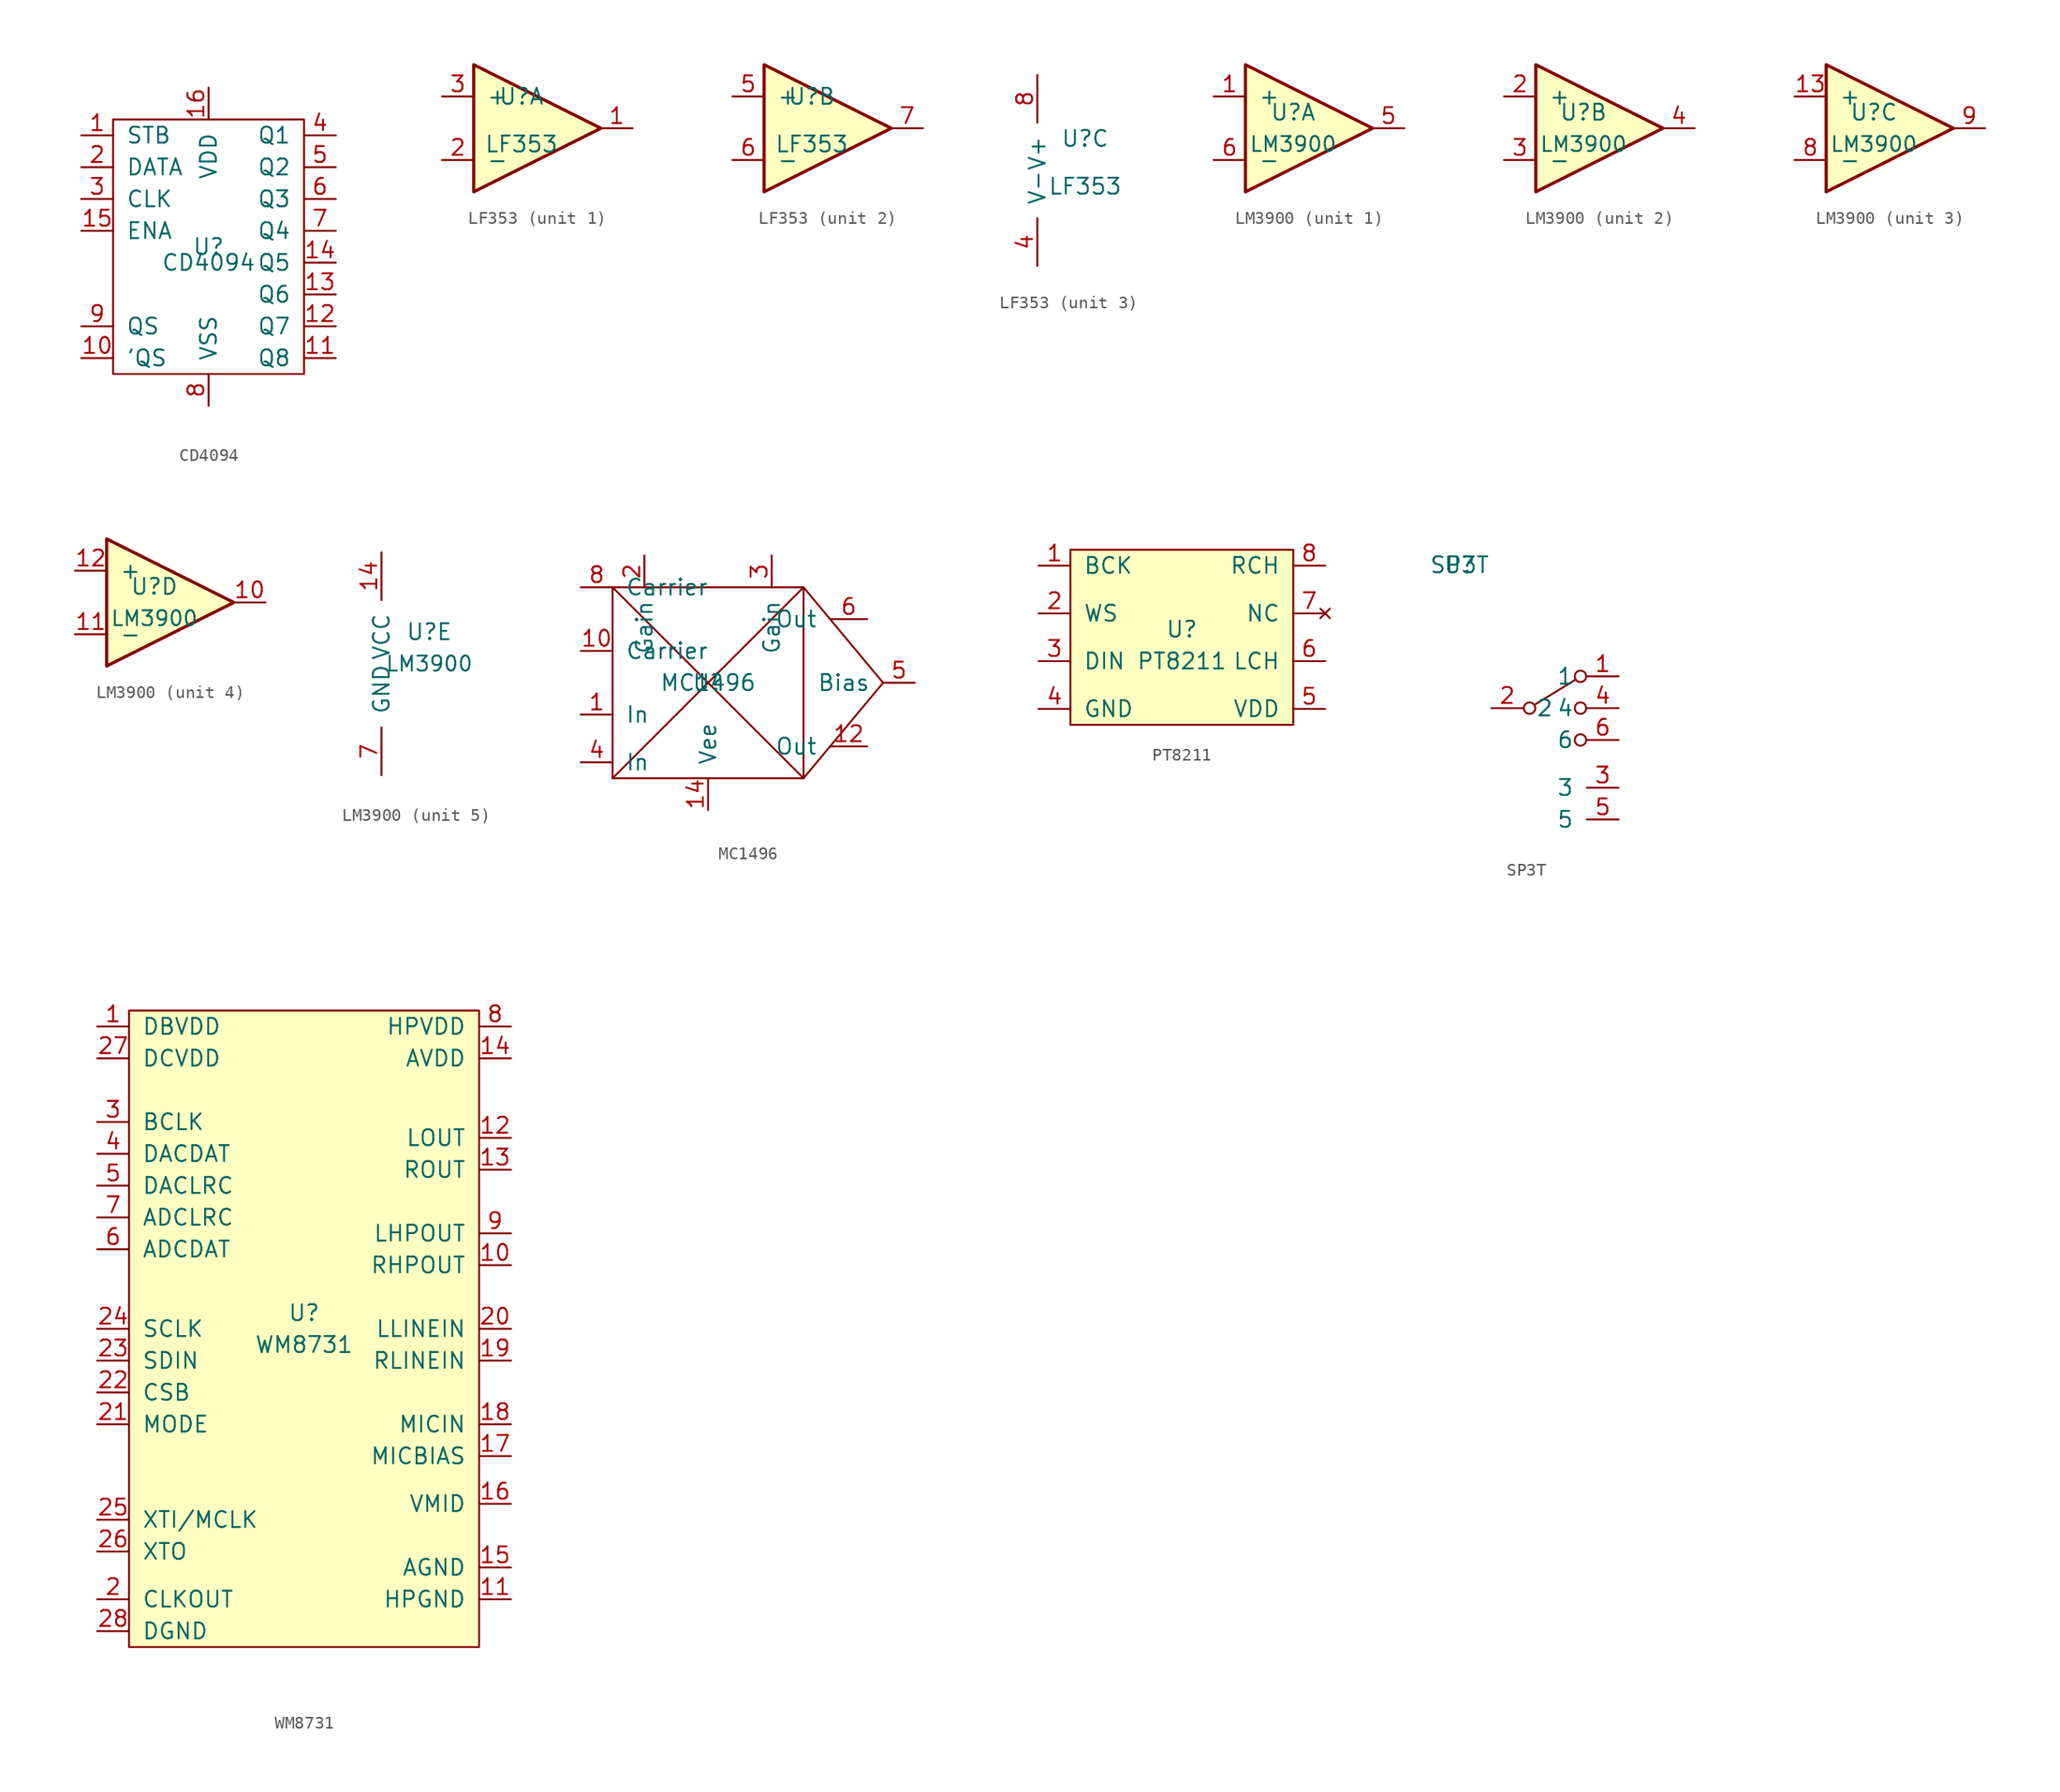
<source format=kicad_sym>
(kicad_symbol_lib
  (version 20220914)
  (generator kicad_symbol_editor)
  (symbol "CD4094"
    (pin_names
      (offset 1.016))
    (property "Reference" "U"
      (at 0 0 0)
      (effects (font (size 1.27 1.27))))
    (property "Value" "CD4094"
      (at 0 -1.27 0)
      (effects (font (size 1.27 1.27))))
    (symbol "CD4094_0_1"
      (rectangle (start -7.62 10.16) (end 7.62 -10.16) (stroke (width 0) (type solid)) (fill (type none))))
    (symbol "CD4094_1_1"
      (pin input line (at -10.16 8.89 0) (length 2.54) (name "STB" (effects (font (size 1.27 1.27)))) (number "1" (effects (font (size 1.27 1.27)))))
      (pin output line (at -10.16 -8.89 0) (length 2.54) (name "'QS" (effects (font (size 1.27 1.27)))) (number "10" (effects (font (size 1.27 1.27)))))
      (pin output line (at 10.16 -8.89 180) (length 2.54) (name "Q8" (effects (font (size 1.27 1.27)))) (number "11" (effects (font (size 1.27 1.27)))))
      (pin output line (at 10.16 -6.35 180) (length 2.54) (name "Q7" (effects (font (size 1.27 1.27)))) (number "12" (effects (font (size 1.27 1.27)))))
      (pin output line (at 10.16 -3.81 180) (length 2.54) (name "Q6" (effects (font (size 1.27 1.27)))) (number "13" (effects (font (size 1.27 1.27)))))
      (pin output line (at 10.16 -1.27 180) (length 2.54) (name "Q5" (effects (font (size 1.27 1.27)))) (number "14" (effects (font (size 1.27 1.27)))))
      (pin input line (at -10.16 1.27 0) (length 2.54) (name "ENA" (effects (font (size 1.27 1.27)))) (number "15" (effects (font (size 1.27 1.27)))))
      (pin power_in line (at 0 12.7 270) (length 2.54) (name "VDD" (effects (font (size 1.27 1.27)))) (number "16" (effects (font (size 1.27 1.27)))))
      (pin input line (at -10.16 6.35 0) (length 2.54) (name "DATA" (effects (font (size 1.27 1.27)))) (number "2" (effects (font (size 1.27 1.27)))))
      (pin input line (at -10.16 3.81 0) (length 2.54) (name "CLK" (effects (font (size 1.27 1.27)))) (number "3" (effects (font (size 1.27 1.27)))))
      (pin output line (at 10.16 8.89 180) (length 2.54) (name "Q1" (effects (font (size 1.27 1.27)))) (number "4" (effects (font (size 1.27 1.27)))))
      (pin output line (at 10.16 6.35 180) (length 2.54) (name "Q2" (effects (font (size 1.27 1.27)))) (number "5" (effects (font (size 1.27 1.27)))))
      (pin output line (at 10.16 3.81 180) (length 2.54) (name "Q3" (effects (font (size 1.27 1.27)))) (number "6" (effects (font (size 1.27 1.27)))))
      (pin output line (at 10.16 1.27 180) (length 2.54) (name "Q4" (effects (font (size 1.27 1.27)))) (number "7" (effects (font (size 1.27 1.27)))))
      (pin power_in line (at 0 -12.7 90) (length 2.54) (name "VSS" (effects (font (size 1.27 1.27)))) (number "8" (effects (font (size 1.27 1.27)))))
      (pin output line (at -10.16 -6.35 0) (length 2.54) (name "QS" (effects (font (size 1.27 1.27)))) (number "9" (effects (font (size 1.27 1.27)))))))
  (symbol "LF353"
    (pin_names
      (offset 1.016))
    (property "Reference" "U"
      (at 0 2.54 0)
      (effects (font (size 1.27 1.27))))
    (property "Value" "LF353"
      (at 0 -1.27 0)
      (effects (font (size 1.27 1.27))))
    (symbol "LF353_1_1"
      (polyline (pts (xy -3.81 5.08) (xy 6.35 0) (xy -3.81 -5.08) (xy -3.81 5.08)) (stroke (width 0.254) (type solid)) (fill (type background)))
      (pin output line (at 8.89 0 180) (length 2.54) (name "~" (effects (font (size 1.27 1.27)))) (number "1" (effects (font (size 1.27 1.27)))))
      (pin input line (at -6.35 -2.54 0) (length 2.54) (name "-" (effects (font (size 1.27 1.27)))) (number "2" (effects (font (size 1.27 1.27)))))
      (pin input line (at -6.35 2.54 0) (length 2.54) (name "+" (effects (font (size 1.27 1.27)))) (number "3" (effects (font (size 1.27 1.27))))))
    (symbol "LF353_2_1"
      (polyline (pts (xy -3.81 5.08) (xy 6.35 0) (xy -3.81 -5.08) (xy -3.81 5.08)) (stroke (width 0.254) (type solid)) (fill (type background)))
      (pin input line (at -6.35 2.54 0) (length 2.54) (name "+" (effects (font (size 1.27 1.27)))) (number "5" (effects (font (size 1.27 1.27)))))
      (pin input line (at -6.35 -2.54 0) (length 2.54) (name "-" (effects (font (size 1.27 1.27)))) (number "6" (effects (font (size 1.27 1.27)))))
      (pin output line (at 8.89 0 180) (length 2.54) (name "~" (effects (font (size 1.27 1.27)))) (number "7" (effects (font (size 1.27 1.27))))))
    (symbol "LF353_3_1"
      (pin power_in line (at -3.81 -7.62 90) (length 3.81) (name "V-" (effects (font (size 1.27 1.27)))) (number "4" (effects (font (size 1.27 1.27)))))
      (pin power_in line (at -3.81 7.62 270) (length 3.81) (name "V+" (effects (font (size 1.27 1.27)))) (number "8" (effects (font (size 1.27 1.27)))))))
  (symbol "LM3900"
    (pin_names
      (offset 1.016))
    (property "Reference" "U"
      (at 0 1.27 0)
      (effects (font (size 1.27 1.27))))
    (property "Value" "LM3900"
      (at 0 -1.27 0)
      (effects (font (size 1.194 1.194))))
    (symbol "LM3900_1_1"
      (polyline (pts (xy -3.81 5.08) (xy 6.35 0) (xy -3.81 -5.08) (xy -3.81 5.08)) (stroke (width 0.254) (type solid)) (fill (type background)))
      (pin input line (at -6.35 2.54 0) (length 2.54) (name "+" (effects (font (size 1.27 1.27)))) (number "1" (effects (font (size 1.27 1.27)))))
      (pin output line (at 8.89 0 180) (length 2.54) (name "~" (effects (font (size 1.27 1.27)))) (number "5" (effects (font (size 1.27 1.27)))))
      (pin input line (at -6.35 -2.54 0) (length 2.54) (name "-" (effects (font (size 1.27 1.27)))) (number "6" (effects (font (size 1.27 1.27))))))
    (symbol "LM3900_2_1"
      (polyline (pts (xy -3.81 5.08) (xy 6.35 0) (xy -3.81 -5.08) (xy -3.81 5.08)) (stroke (width 0.254) (type solid)) (fill (type background)))
      (pin input line (at -6.35 2.54 0) (length 2.54) (name "+" (effects (font (size 1.27 1.27)))) (number "2" (effects (font (size 1.27 1.27)))))
      (pin input line (at -6.35 -2.54 0) (length 2.54) (name "-" (effects (font (size 1.27 1.27)))) (number "3" (effects (font (size 1.27 1.27)))))
      (pin output line (at 8.89 0 180) (length 2.54) (name "~" (effects (font (size 1.27 1.27)))) (number "4" (effects (font (size 1.27 1.27))))))
    (symbol "LM3900_3_1"
      (polyline (pts (xy -3.81 5.08) (xy 6.35 0) (xy -3.81 -5.08) (xy -3.81 5.08)) (stroke (width 0.254) (type solid)) (fill (type background)))
      (pin input line (at -6.35 2.54 0) (length 2.54) (name "+" (effects (font (size 1.27 1.27)))) (number "13" (effects (font (size 1.27 1.27)))))
      (pin input line (at -6.35 -2.54 0) (length 2.54) (name "-" (effects (font (size 1.27 1.27)))) (number "8" (effects (font (size 1.27 1.27)))))
      (pin output line (at 8.89 0 180) (length 2.54) (name "~" (effects (font (size 1.27 1.27)))) (number "9" (effects (font (size 1.27 1.27))))))
    (symbol "LM3900_4_1"
      (polyline (pts (xy -3.81 5.08) (xy 6.35 0) (xy -3.81 -5.08) (xy -3.81 5.08)) (stroke (width 0.254) (type solid)) (fill (type background)))
      (pin output line (at 8.89 0 180) (length 2.54) (name "~" (effects (font (size 1.27 1.27)))) (number "10" (effects (font (size 1.27 1.27)))))
      (pin input line (at -6.35 -2.54 0) (length 2.54) (name "-" (effects (font (size 1.27 1.27)))) (number "11" (effects (font (size 1.27 1.27)))))
      (pin input line (at -6.35 2.54 0) (length 2.54) (name "+" (effects (font (size 1.27 1.27)))) (number "12" (effects (font (size 1.27 1.27))))))
    (symbol "LM3900_5_1"
      (pin power_in line (at -3.81 7.62 270) (length 3.81) (name "VCC" (effects (font (size 1.27 1.27)))) (number "14" (effects (font (size 1.27 1.27)))))
      (pin power_in line (at -3.81 -10.16 90) (length 3.81) (name "GND" (effects (font (size 1.27 1.27)))) (number "7" (effects (font (size 1.27 1.27)))))))
  (symbol "MC1496"
    (pin_names
      (offset 1.016))
    (property "Reference" "U"
      (at 0 0 0)
      (effects (font (size 1.27 1.27))))
    (property "Value" "MC1496"
      (at 0 0 0)
      (effects (font (size 1.27 1.27))))
    (symbol "MC1496_0_1"
      (rectangle (start -7.62 7.62) (end 7.62 -7.62) (stroke (width 0) (type solid)) (fill (type none)))
      (polyline (pts (xy 7.62 -7.62) (xy -7.62 7.62)) (stroke (width 0) (type solid)) (fill (type none)))
      (polyline (pts (xy 7.62 7.62) (xy -7.62 -7.62)) (stroke (width 0) (type solid)) (fill (type none)))
      (polyline (pts (xy 7.62 7.62) (xy 13.97 0)) (stroke (width 0) (type solid)) (fill (type none)))
      (polyline (pts (xy 13.97 0) (xy 7.62 -7.62)) (stroke (width 0) (type solid)) (fill (type none))))
    (symbol "MC1496_1_1"
      (pin input line (at -10.16 -2.54 0) (length 2.54) (name "In" (effects (font (size 1.27 1.27)))) (number "1" (effects (font (size 1.27 1.27)))))
      (pin input line (at -10.16 2.54 0) (length 2.54) (name "Carrier" (effects (font (size 1.27 1.27)))) (number "10" (effects (font (size 1.27 1.27)))))
      (pin output line (at 12.7 -5.08 180) (length 2.946) (name "Out" (effects (font (size 1.27 1.27)))) (number "12" (effects (font (size 1.27 1.27)))))
      (pin power_in line (at 0 -10.16 90) (length 2.54) (name "Vee" (effects (font (size 1.27 1.27)))) (number "14" (effects (font (size 1.27 1.27)))))
      (pin bidirectional line (at -5.08 10.16 270) (length 2.54) (name "Gain" (effects (font (size 1.27 1.27)))) (number "2" (effects (font (size 1.27 1.27)))))
      (pin bidirectional line (at 5.08 10.16 270) (length 2.54) (name "Gain" (effects (font (size 1.27 1.27)))) (number "3" (effects (font (size 1.27 1.27)))))
      (pin input line (at -10.16 -6.35 0) (length 2.54) (name "In" (effects (font (size 1.27 1.27)))) (number "4" (effects (font (size 1.27 1.27)))))
      (pin input line (at 16.51 0 180) (length 2.54) (name "Bias" (effects (font (size 1.27 1.27)))) (number "5" (effects (font (size 1.27 1.27)))))
      (pin output line (at 12.7 5.08 180) (length 2.946) (name "Out" (effects (font (size 1.27 1.27)))) (number "6" (effects (font (size 1.27 1.27)))))
      (pin input line (at -10.16 7.62 0) (length 2.54) (name "Carrier" (effects (font (size 1.27 1.27)))) (number "8" (effects (font (size 1.27 1.27)))))))
  (symbol "PT8211"
    (pin_names
      (offset 1.016))
    (property "Reference" "U"
      (at 0 0 0)
      (effects (font (size 1.27 1.27))))
    (property "Value" "PT8211"
      (at 0 -2.54 0)
      (effects (font (size 1.27 1.27))))
    (symbol "PT8211_0_1"
      (rectangle (start -8.89 6.35) (end 8.89 -7.62) (stroke (width 0) (type solid)) (fill (type background))))
    (symbol "PT8211_1_1"
      (pin input line (at -11.43 5.08 0) (length 2.54) (name "BCK" (effects (font (size 1.27 1.27)))) (number "1" (effects (font (size 1.27 1.27)))))
      (pin input line (at -11.43 1.27 0) (length 2.54) (name "WS" (effects (font (size 1.27 1.27)))) (number "2" (effects (font (size 1.27 1.27)))))
      (pin input line (at -11.43 -2.54 0) (length 2.54) (name "DIN" (effects (font (size 1.27 1.27)))) (number "3" (effects (font (size 1.27 1.27)))))
      (pin power_in line (at -11.43 -6.35 0) (length 2.54) (name "GND" (effects (font (size 1.27 1.27)))) (number "4" (effects (font (size 1.27 1.27)))))
      (pin power_in line (at 11.43 -6.35 180) (length 2.54) (name "VDD" (effects (font (size 1.27 1.27)))) (number "5" (effects (font (size 1.27 1.27)))))
      (pin output line (at 11.43 -2.54 180) (length 2.54) (name "LCH" (effects (font (size 1.27 1.27)))) (number "6" (effects (font (size 1.27 1.27)))))
      (pin no_connect line (at 11.43 1.27 180) (length 2.54) (name "NC" (effects (font (size 1.27 1.27)))) (number "7" (effects (font (size 1.27 1.27)))))
      (pin output line (at 11.43 5.08 180) (length 2.54) (name "RCH" (effects (font (size 1.27 1.27)))) (number "8" (effects (font (size 1.27 1.27)))))))
  (symbol "SP3T"
    (pin_names
      (offset 1.016))
    (property "Reference" "U"
      (at -7.62 11.43 0)
      (effects (font (size 1.27 1.27))))
    (property "Value" "SP3T"
      (at -7.62 11.43 0)
      (effects (font (size 1.27 1.27))))
    (symbol "SP3T_1_1"
      (circle (center -2.032 0) (radius 0.457) (stroke (width 0) (type solid)) (fill (type none)))
      (polyline (pts (xy -1.651 0.254) (xy 1.651 2.286)) (stroke (width 0) (type solid)) (fill (type none)))
      (circle (center 2.032 -2.54) (radius 0.457) (stroke (width 0) (type solid)) (fill (type none)))
      (circle (center 2.032 0) (radius 0.457) (stroke (width 0) (type solid)) (fill (type none)))
      (circle (center 2.032 2.54) (radius 0.457) (stroke (width 0) (type solid)) (fill (type none)))
      (pin passive line (at 5.08 2.54 180) (length 2.54) (name "1" (effects (font (size 1.27 1.27)))) (number "1" (effects (font (size 1.27 1.27)))))
      (pin passive line (at -5.08 0 0) (length 2.54) (name "2" (effects (font (size 1.27 1.27)))) (number "2" (effects (font (size 1.27 1.27)))))
      (pin passive line (at 5.08 -6.35 180) (length 2.54) (name "3" (effects (font (size 1.27 1.27)))) (number "3" (effects (font (size 1.27 1.27)))))
      (pin passive line (at 5.08 0 180) (length 2.54) (name "4" (effects (font (size 1.27 1.27)))) (number "4" (effects (font (size 1.27 1.27)))))
      (pin passive line (at 5.08 -8.89 180) (length 2.54) (name "5" (effects (font (size 1.27 1.27)))) (number "5" (effects (font (size 1.27 1.27)))))
      (pin passive line (at 5.08 -2.54 180) (length 2.54) (name "6" (effects (font (size 1.27 1.27)))) (number "6" (effects (font (size 1.27 1.27)))))))
  (symbol "WM8731"
    (pin_names
      (offset 1.016))
    (property "Reference" "U"
      (at 0 2.54 0)
      (effects (font (size 1.27 1.27))))
    (property "Value" "WM8731"
      (at 0 0 0)
      (effects (font (size 1.27 1.27))))
    (symbol "WM8731_0_1"
      (rectangle (start -13.97 26.67) (end 13.97 -24.13) (stroke (width 0) (type solid)) (fill (type background))))
    (symbol "WM8731_1_1"
      (pin power_in line (at -16.51 25.4 0) (length 2.54) (name "DBVDD" (effects (font (size 1.27 1.27)))) (number "1" (effects (font (size 1.27 1.27)))))
      (pin output line (at 16.51 6.35 180) (length 2.54) (name "RHPOUT" (effects (font (size 1.27 1.27)))) (number "10" (effects (font (size 1.27 1.27)))))
      (pin power_in line (at 16.51 -20.32 180) (length 2.54) (name "HPGND" (effects (font (size 1.27 1.27)))) (number "11" (effects (font (size 1.27 1.27)))))
      (pin output line (at 16.51 16.51 180) (length 2.54) (name "LOUT" (effects (font (size 1.27 1.27)))) (number "12" (effects (font (size 1.27 1.27)))))
      (pin output line (at 16.51 13.97 180) (length 2.54) (name "ROUT" (effects (font (size 1.27 1.27)))) (number "13" (effects (font (size 1.27 1.27)))))
      (pin power_in line (at 16.51 22.86 180) (length 2.54) (name "AVDD" (effects (font (size 1.27 1.27)))) (number "14" (effects (font (size 1.27 1.27)))))
      (pin power_in line (at 16.51 -17.78 180) (length 2.54) (name "AGND" (effects (font (size 1.27 1.27)))) (number "15" (effects (font (size 1.27 1.27)))))
      (pin output line (at 16.51 -12.7 180) (length 2.54) (name "VMID" (effects (font (size 1.27 1.27)))) (number "16" (effects (font (size 1.27 1.27)))))
      (pin output line (at 16.51 -8.89 180) (length 2.54) (name "MICBIAS" (effects (font (size 1.27 1.27)))) (number "17" (effects (font (size 1.27 1.27)))))
      (pin input line (at 16.51 -6.35 180) (length 2.54) (name "MICIN" (effects (font (size 1.27 1.27)))) (number "18" (effects (font (size 1.27 1.27)))))
      (pin input line (at 16.51 -1.27 180) (length 2.54) (name "RLINEIN" (effects (font (size 1.27 1.27)))) (number "19" (effects (font (size 1.27 1.27)))))
      (pin output line (at -16.51 -20.32 0) (length 2.54) (name "CLKOUT" (effects (font (size 1.27 1.27)))) (number "2" (effects (font (size 1.27 1.27)))))
      (pin input line (at 16.51 1.27 180) (length 2.54) (name "LLINEIN" (effects (font (size 1.27 1.27)))) (number "20" (effects (font (size 1.27 1.27)))))
      (pin input line (at -16.51 -6.35 0) (length 2.54) (name "MODE" (effects (font (size 1.27 1.27)))) (number "21" (effects (font (size 1.27 1.27)))))
      (pin input line (at -16.51 -3.81 0) (length 2.54) (name "CSB" (effects (font (size 1.27 1.27)))) (number "22" (effects (font (size 1.27 1.27)))))
      (pin bidirectional line (at -16.51 -1.27 0) (length 2.54) (name "SDIN" (effects (font (size 1.27 1.27)))) (number "23" (effects (font (size 1.27 1.27)))))
      (pin input line (at -16.51 1.27 0) (length 2.54) (name "SCLK" (effects (font (size 1.27 1.27)))) (number "24" (effects (font (size 1.27 1.27)))))
      (pin input line (at -16.51 -13.97 0) (length 2.54) (name "XTI/MCLK" (effects (font (size 1.27 1.27)))) (number "25" (effects (font (size 1.27 1.27)))))
      (pin output line (at -16.51 -16.51 0) (length 2.54) (name "XTO" (effects (font (size 1.27 1.27)))) (number "26" (effects (font (size 1.27 1.27)))))
      (pin power_in line (at -16.51 22.86 0) (length 2.54) (name "DCVDD" (effects (font (size 1.27 1.27)))) (number "27" (effects (font (size 1.27 1.27)))))
      (pin power_in line (at -16.51 -22.86 0) (length 2.54) (name "DGND" (effects (font (size 1.27 1.27)))) (number "28" (effects (font (size 1.27 1.27)))))
      (pin bidirectional line (at -16.51 17.78 0) (length 2.54) (name "BCLK" (effects (font (size 1.27 1.27)))) (number "3" (effects (font (size 1.27 1.27)))))
      (pin input line (at -16.51 15.24 0) (length 2.54) (name "DACDAT" (effects (font (size 1.27 1.27)))) (number "4" (effects (font (size 1.27 1.27)))))
      (pin bidirectional line (at -16.51 12.7 0) (length 2.54) (name "DACLRC" (effects (font (size 1.27 1.27)))) (number "5" (effects (font (size 1.27 1.27)))))
      (pin output line (at -16.51 7.62 0) (length 2.54) (name "ADCDAT" (effects (font (size 1.27 1.27)))) (number "6" (effects (font (size 1.27 1.27)))))
      (pin bidirectional line (at -16.51 10.16 0) (length 2.54) (name "ADCLRC" (effects (font (size 1.27 1.27)))) (number "7" (effects (font (size 1.27 1.27)))))
      (pin power_in line (at 16.51 25.4 180) (length 2.54) (name "HPVDD" (effects (font (size 1.27 1.27)))) (number "8" (effects (font (size 1.27 1.27)))))
      (pin output line (at 16.51 8.89 180) (length 2.54) (name "LHPOUT" (effects (font (size 1.27 1.27)))) (number "9" (effects (font (size 1.27 1.27))))))))
</source>
